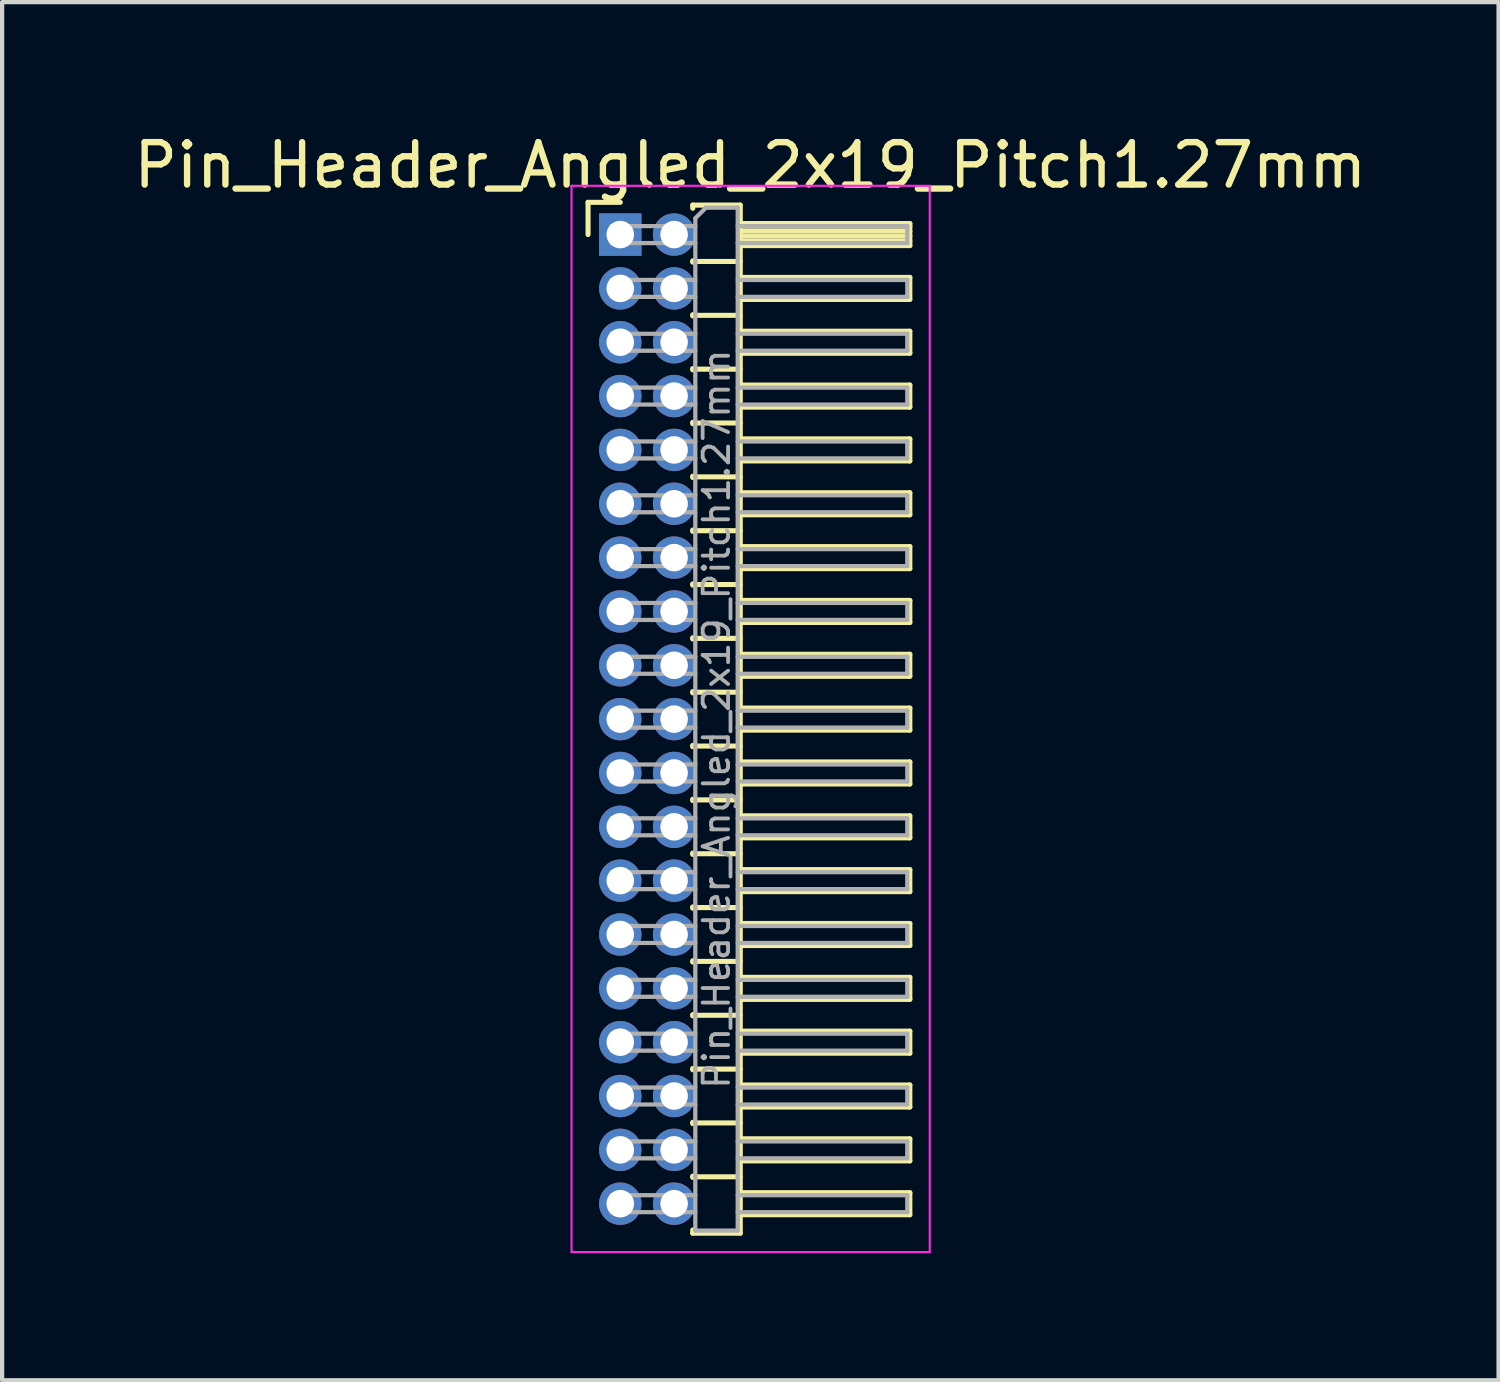
<source format=kicad_pcb>
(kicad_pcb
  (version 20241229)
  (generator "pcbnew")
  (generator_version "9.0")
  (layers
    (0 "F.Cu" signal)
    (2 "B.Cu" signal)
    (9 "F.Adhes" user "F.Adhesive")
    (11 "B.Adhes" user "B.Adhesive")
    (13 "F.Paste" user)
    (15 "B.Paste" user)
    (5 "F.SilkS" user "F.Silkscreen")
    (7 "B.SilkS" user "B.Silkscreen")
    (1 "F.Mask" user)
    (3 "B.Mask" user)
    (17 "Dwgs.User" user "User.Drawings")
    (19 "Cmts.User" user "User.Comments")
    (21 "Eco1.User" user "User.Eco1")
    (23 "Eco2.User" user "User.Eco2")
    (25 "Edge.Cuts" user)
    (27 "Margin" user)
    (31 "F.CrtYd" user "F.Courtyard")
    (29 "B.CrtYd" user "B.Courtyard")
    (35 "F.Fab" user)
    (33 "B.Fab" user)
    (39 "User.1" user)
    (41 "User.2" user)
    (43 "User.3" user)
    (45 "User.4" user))
  (footprint "Pin_Header_Angled_2x19_Pitch1.27mm"
    (layer "F.Cu")
    (at 11.581 2.483)
    (property "Reference" "Pin_Header_Angled_2x19_Pitch1.27mm" (at 3.067 -1.635 0) (layer "F.SilkS") (effects (font (size 1 1) (thickness 0.15))))
    (attr through_hole)
    (fp_line (start -0.76 -0.76) (end 0 -0.76) (stroke (width 0.12) (type solid)) (layer "F.SilkS"))
    (fp_line (start -0.76 0) (end -0.76 -0.76) (stroke (width 0.12) (type solid)) (layer "F.SilkS"))
    (fp_line (start 1.71 -0.695) (end 2.83 -0.695) (stroke (width 0.12) (type solid)) (layer "F.SilkS"))
    (fp_line (start 1.71 -0.62) (end 1.71 -0.695) (stroke (width 0.12) (type solid)) (layer "F.SilkS"))
    (fp_line (start 1.71 0.62) (end 1.71 0.65) (stroke (width 0.12) (type solid)) (layer "F.SilkS"))
    (fp_line (start 1.71 0.635) (end 2.83 0.635) (stroke (width 0.12) (type solid)) (layer "F.SilkS"))
    (fp_line (start 1.71 1.89) (end 1.71 1.92) (stroke (width 0.12) (type solid)) (layer "F.SilkS"))
    (fp_line (start 1.71 1.905) (end 2.83 1.905) (stroke (width 0.12) (type solid)) (layer "F.SilkS"))
    (fp_line (start 1.71 3.16) (end 1.71 3.19) (stroke (width 0.12) (type solid)) (layer "F.SilkS"))
    (fp_line (start 1.71 3.175) (end 2.83 3.175) (stroke (width 0.12) (type solid)) (layer "F.SilkS"))
    (fp_line (start 1.71 4.43) (end 1.71 4.46) (stroke (width 0.12) (type solid)) (layer "F.SilkS"))
    (fp_line (start 1.71 4.445) (end 2.83 4.445) (stroke (width 0.12) (type solid)) (layer "F.SilkS"))
    (fp_line (start 1.71 5.7) (end 1.71 5.73) (stroke (width 0.12) (type solid)) (layer "F.SilkS"))
    (fp_line (start 1.71 5.715) (end 2.83 5.715) (stroke (width 0.12) (type solid)) (layer "F.SilkS"))
    (fp_line (start 1.71 6.97) (end 1.71 7) (stroke (width 0.12) (type solid)) (layer "F.SilkS"))
    (fp_line (start 1.71 6.985) (end 2.83 6.985) (stroke (width 0.12) (type solid)) (layer "F.SilkS"))
    (fp_line (start 1.71 8.24) (end 1.71 8.27) (stroke (width 0.12) (type solid)) (layer "F.SilkS"))
    (fp_line (start 1.71 8.255) (end 2.83 8.255) (stroke (width 0.12) (type solid)) (layer "F.SilkS"))
    (fp_line (start 1.71 9.51) (end 1.71 9.54) (stroke (width 0.12) (type solid)) (layer "F.SilkS"))
    (fp_line (start 1.71 9.525) (end 2.83 9.525) (stroke (width 0.12) (type solid)) (layer "F.SilkS"))
    (fp_line (start 1.71 10.78) (end 1.71 10.81) (stroke (width 0.12) (type solid)) (layer "F.SilkS"))
    (fp_line (start 1.71 10.795) (end 2.83 10.795) (stroke (width 0.12) (type solid)) (layer "F.SilkS"))
    (fp_line (start 1.71 12.05) (end 1.71 12.08) (stroke (width 0.12) (type solid)) (layer "F.SilkS"))
    (fp_line (start 1.71 12.065) (end 2.83 12.065) (stroke (width 0.12) (type solid)) (layer "F.SilkS"))
    (fp_line (start 1.71 13.32) (end 1.71 13.35) (stroke (width 0.12) (type solid)) (layer "F.SilkS"))
    (fp_line (start 1.71 13.335) (end 2.83 13.335) (stroke (width 0.12) (type solid)) (layer "F.SilkS"))
    (fp_line (start 1.71 14.59) (end 1.71 14.62) (stroke (width 0.12) (type solid)) (layer "F.SilkS"))
    (fp_line (start 1.71 14.605) (end 2.83 14.605) (stroke (width 0.12) (type solid)) (layer "F.SilkS"))
    (fp_line (start 1.71 15.86) (end 1.71 15.89) (stroke (width 0.12) (type solid)) (layer "F.SilkS"))
    (fp_line (start 1.71 15.875) (end 2.83 15.875) (stroke (width 0.12) (type solid)) (layer "F.SilkS"))
    (fp_line (start 1.71 17.13) (end 1.71 17.16) (stroke (width 0.12) (type solid)) (layer "F.SilkS"))
    (fp_line (start 1.71 17.145) (end 2.83 17.145) (stroke (width 0.12) (type solid)) (layer "F.SilkS"))
    (fp_line (start 1.71 18.4) (end 1.71 18.43) (stroke (width 0.12) (type solid)) (layer "F.SilkS"))
    (fp_line (start 1.71 18.415) (end 2.83 18.415) (stroke (width 0.12) (type solid)) (layer "F.SilkS"))
    (fp_line (start 1.71 19.67) (end 1.71 19.7) (stroke (width 0.12) (type solid)) (layer "F.SilkS"))
    (fp_line (start 1.71 19.685) (end 2.83 19.685) (stroke (width 0.12) (type solid)) (layer "F.SilkS"))
    (fp_line (start 1.71 20.94) (end 1.71 20.97) (stroke (width 0.12) (type solid)) (layer "F.SilkS"))
    (fp_line (start 1.71 20.955) (end 2.83 20.955) (stroke (width 0.12) (type solid)) (layer "F.SilkS"))
    (fp_line (start 1.71 22.21) (end 1.71 22.24) (stroke (width 0.12) (type solid)) (layer "F.SilkS"))
    (fp_line (start 1.71 22.225) (end 2.83 22.225) (stroke (width 0.12) (type solid)) (layer "F.SilkS"))
    (fp_line (start 1.71 23.555) (end 1.71 23.48) (stroke (width 0.12) (type solid)) (layer "F.SilkS"))
    (fp_line (start 2.83 -0.695) (end 2.83 23.555) (stroke (width 0.12) (type solid)) (layer "F.SilkS"))
    (fp_line (start 2.83 -0.26) (end 6.83 -0.26) (stroke (width 0.12) (type solid)) (layer "F.SilkS"))
    (fp_line (start 2.83 -0.2) (end 6.83 -0.2) (stroke (width 0.12) (type solid)) (layer "F.SilkS"))
    (fp_line (start 2.83 -0.08) (end 6.83 -0.08) (stroke (width 0.12) (type solid)) (layer "F.SilkS"))
    (fp_line (start 2.83 0.04) (end 6.83 0.04) (stroke (width 0.12) (type solid)) (layer "F.SilkS"))
    (fp_line (start 2.83 0.16) (end 6.83 0.16) (stroke (width 0.12) (type solid)) (layer "F.SilkS"))
    (fp_line (start 2.83 1.01) (end 6.83 1.01) (stroke (width 0.12) (type solid)) (layer "F.SilkS"))
    (fp_line (start 2.83 2.28) (end 6.83 2.28) (stroke (width 0.12) (type solid)) (layer "F.SilkS"))
    (fp_line (start 2.83 3.55) (end 6.83 3.55) (stroke (width 0.12) (type solid)) (layer "F.SilkS"))
    (fp_line (start 2.83 4.82) (end 6.83 4.82) (stroke (width 0.12) (type solid)) (layer "F.SilkS"))
    (fp_line (start 2.83 6.09) (end 6.83 6.09) (stroke (width 0.12) (type solid)) (layer "F.SilkS"))
    (fp_line (start 2.83 7.36) (end 6.83 7.36) (stroke (width 0.12) (type solid)) (layer "F.SilkS"))
    (fp_line (start 2.83 8.63) (end 6.83 8.63) (stroke (width 0.12) (type solid)) (layer "F.SilkS"))
    (fp_line (start 2.83 9.9) (end 6.83 9.9) (stroke (width 0.12) (type solid)) (layer "F.SilkS"))
    (fp_line (start 2.83 11.17) (end 6.83 11.17) (stroke (width 0.12) (type solid)) (layer "F.SilkS"))
    (fp_line (start 2.83 12.44) (end 6.83 12.44) (stroke (width 0.12) (type solid)) (layer "F.SilkS"))
    (fp_line (start 2.83 13.71) (end 6.83 13.71) (stroke (width 0.12) (type solid)) (layer "F.SilkS"))
    (fp_line (start 2.83 14.98) (end 6.83 14.98) (stroke (width 0.12) (type solid)) (layer "F.SilkS"))
    (fp_line (start 2.83 16.25) (end 6.83 16.25) (stroke (width 0.12) (type solid)) (layer "F.SilkS"))
    (fp_line (start 2.83 17.52) (end 6.83 17.52) (stroke (width 0.12) (type solid)) (layer "F.SilkS"))
    (fp_line (start 2.83 18.79) (end 6.83 18.79) (stroke (width 0.12) (type solid)) (layer "F.SilkS"))
    (fp_line (start 2.83 20.06) (end 6.83 20.06) (stroke (width 0.12) (type solid)) (layer "F.SilkS"))
    (fp_line (start 2.83 21.33) (end 6.83 21.33) (stroke (width 0.12) (type solid)) (layer "F.SilkS"))
    (fp_line (start 2.83 22.6) (end 6.83 22.6) (stroke (width 0.12) (type solid)) (layer "F.SilkS"))
    (fp_line (start 2.83 23.555) (end 1.71 23.555) (stroke (width 0.12) (type solid)) (layer "F.SilkS"))
    (fp_line (start 6.83 -0.26) (end 6.83 0.26) (stroke (width 0.12) (type solid)) (layer "F.SilkS"))
    (fp_line (start 6.83 0.26) (end 2.83 0.26) (stroke (width 0.12) (type solid)) (layer "F.SilkS"))
    (fp_line (start 6.83 1.01) (end 6.83 1.53) (stroke (width 0.12) (type solid)) (layer "F.SilkS"))
    (fp_line (start 6.83 1.53) (end 2.83 1.53) (stroke (width 0.12) (type solid)) (layer "F.SilkS"))
    (fp_line (start 6.83 2.28) (end 6.83 2.8) (stroke (width 0.12) (type solid)) (layer "F.SilkS"))
    (fp_line (start 6.83 2.8) (end 2.83 2.8) (stroke (width 0.12) (type solid)) (layer "F.SilkS"))
    (fp_line (start 6.83 3.55) (end 6.83 4.07) (stroke (width 0.12) (type solid)) (layer "F.SilkS"))
    (fp_line (start 6.83 4.07) (end 2.83 4.07) (stroke (width 0.12) (type solid)) (layer "F.SilkS"))
    (fp_line (start 6.83 4.82) (end 6.83 5.34) (stroke (width 0.12) (type solid)) (layer "F.SilkS"))
    (fp_line (start 6.83 5.34) (end 2.83 5.34) (stroke (width 0.12) (type solid)) (layer "F.SilkS"))
    (fp_line (start 6.83 6.09) (end 6.83 6.61) (stroke (width 0.12) (type solid)) (layer "F.SilkS"))
    (fp_line (start 6.83 6.61) (end 2.83 6.61) (stroke (width 0.12) (type solid)) (layer "F.SilkS"))
    (fp_line (start 6.83 7.36) (end 6.83 7.88) (stroke (width 0.12) (type solid)) (layer "F.SilkS"))
    (fp_line (start 6.83 7.88) (end 2.83 7.88) (stroke (width 0.12) (type solid)) (layer "F.SilkS"))
    (fp_line (start 6.83 8.63) (end 6.83 9.15) (stroke (width 0.12) (type solid)) (layer "F.SilkS"))
    (fp_line (start 6.83 9.15) (end 2.83 9.15) (stroke (width 0.12) (type solid)) (layer "F.SilkS"))
    (fp_line (start 6.83 9.9) (end 6.83 10.42) (stroke (width 0.12) (type solid)) (layer "F.SilkS"))
    (fp_line (start 6.83 10.42) (end 2.83 10.42) (stroke (width 0.12) (type solid)) (layer "F.SilkS"))
    (fp_line (start 6.83 11.17) (end 6.83 11.69) (stroke (width 0.12) (type solid)) (layer "F.SilkS"))
    (fp_line (start 6.83 11.69) (end 2.83 11.69) (stroke (width 0.12) (type solid)) (layer "F.SilkS"))
    (fp_line (start 6.83 12.44) (end 6.83 12.96) (stroke (width 0.12) (type solid)) (layer "F.SilkS"))
    (fp_line (start 6.83 12.96) (end 2.83 12.96) (stroke (width 0.12) (type solid)) (layer "F.SilkS"))
    (fp_line (start 6.83 13.71) (end 6.83 14.23) (stroke (width 0.12) (type solid)) (layer "F.SilkS"))
    (fp_line (start 6.83 14.23) (end 2.83 14.23) (stroke (width 0.12) (type solid)) (layer "F.SilkS"))
    (fp_line (start 6.83 14.98) (end 6.83 15.5) (stroke (width 0.12) (type solid)) (layer "F.SilkS"))
    (fp_line (start 6.83 15.5) (end 2.83 15.5) (stroke (width 0.12) (type solid)) (layer "F.SilkS"))
    (fp_line (start 6.83 16.25) (end 6.83 16.77) (stroke (width 0.12) (type solid)) (layer "F.SilkS"))
    (fp_line (start 6.83 16.77) (end 2.83 16.77) (stroke (width 0.12) (type solid)) (layer "F.SilkS"))
    (fp_line (start 6.83 17.52) (end 6.83 18.04) (stroke (width 0.12) (type solid)) (layer "F.SilkS"))
    (fp_line (start 6.83 18.04) (end 2.83 18.04) (stroke (width 0.12) (type solid)) (layer "F.SilkS"))
    (fp_line (start 6.83 18.79) (end 6.83 19.31) (stroke (width 0.12) (type solid)) (layer "F.SilkS"))
    (fp_line (start 6.83 19.31) (end 2.83 19.31) (stroke (width 0.12) (type solid)) (layer "F.SilkS"))
    (fp_line (start 6.83 20.06) (end 6.83 20.58) (stroke (width 0.12) (type solid)) (layer "F.SilkS"))
    (fp_line (start 6.83 20.58) (end 2.83 20.58) (stroke (width 0.12) (type solid)) (layer "F.SilkS"))
    (fp_line (start 6.83 21.33) (end 6.83 21.85) (stroke (width 0.12) (type solid)) (layer "F.SilkS"))
    (fp_line (start 6.83 21.85) (end 2.83 21.85) (stroke (width 0.12) (type solid)) (layer "F.SilkS"))
    (fp_line (start 6.83 22.6) (end 6.83 23.12) (stroke (width 0.12) (type solid)) (layer "F.SilkS"))
    (fp_line (start 6.83 23.12) (end 2.83 23.12) (stroke (width 0.12) (type solid)) (layer "F.SilkS"))
    (fp_line (start -1.15 -1.15) (end -1.15 24) (stroke (width 0.05) (type solid)) (layer "F.CrtYd"))
    (fp_line (start -1.15 24) (end 7.3 24) (stroke (width 0.05) (type solid)) (layer "F.CrtYd"))
    (fp_line (start 7.3 -1.15) (end -1.15 -1.15) (stroke (width 0.05) (type solid)) (layer "F.CrtYd"))
    (fp_line (start 7.3 24) (end 7.3 -1.15) (stroke (width 0.05) (type solid)) (layer "F.CrtYd"))
    (fp_line (start -0.2 -0.2) (end -0.2 0.2) (stroke (width 0.1) (type solid)) (layer "F.Fab"))
    (fp_line (start -0.2 -0.2) (end 1.77 -0.2) (stroke (width 0.1) (type solid)) (layer "F.Fab"))
    (fp_line (start -0.2 0.2) (end 1.77 0.2) (stroke (width 0.1) (type solid)) (layer "F.Fab"))
    (fp_line (start -0.2 1.07) (end -0.2 1.47) (stroke (width 0.1) (type solid)) (layer "F.Fab"))
    (fp_line (start -0.2 1.07) (end 1.77 1.07) (stroke (width 0.1) (type solid)) (layer "F.Fab"))
    (fp_line (start -0.2 1.47) (end 1.77 1.47) (stroke (width 0.1) (type solid)) (layer "F.Fab"))
    (fp_line (start -0.2 2.34) (end -0.2 2.74) (stroke (width 0.1) (type solid)) (layer "F.Fab"))
    (fp_line (start -0.2 2.34) (end 1.77 2.34) (stroke (width 0.1) (type solid)) (layer "F.Fab"))
    (fp_line (start -0.2 2.74) (end 1.77 2.74) (stroke (width 0.1) (type solid)) (layer "F.Fab"))
    (fp_line (start -0.2 3.61) (end -0.2 4.01) (stroke (width 0.1) (type solid)) (layer "F.Fab"))
    (fp_line (start -0.2 3.61) (end 1.77 3.61) (stroke (width 0.1) (type solid)) (layer "F.Fab"))
    (fp_line (start -0.2 4.01) (end 1.77 4.01) (stroke (width 0.1) (type solid)) (layer "F.Fab"))
    (fp_line (start -0.2 4.88) (end -0.2 5.28) (stroke (width 0.1) (type solid)) (layer "F.Fab"))
    (fp_line (start -0.2 4.88) (end 1.77 4.88) (stroke (width 0.1) (type solid)) (layer "F.Fab"))
    (fp_line (start -0.2 5.28) (end 1.77 5.28) (stroke (width 0.1) (type solid)) (layer "F.Fab"))
    (fp_line (start -0.2 6.15) (end -0.2 6.55) (stroke (width 0.1) (type solid)) (layer "F.Fab"))
    (fp_line (start -0.2 6.15) (end 1.77 6.15) (stroke (width 0.1) (type solid)) (layer "F.Fab"))
    (fp_line (start -0.2 6.55) (end 1.77 6.55) (stroke (width 0.1) (type solid)) (layer "F.Fab"))
    (fp_line (start -0.2 7.42) (end -0.2 7.82) (stroke (width 0.1) (type solid)) (layer "F.Fab"))
    (fp_line (start -0.2 7.42) (end 1.77 7.42) (stroke (width 0.1) (type solid)) (layer "F.Fab"))
    (fp_line (start -0.2 7.82) (end 1.77 7.82) (stroke (width 0.1) (type solid)) (layer "F.Fab"))
    (fp_line (start -0.2 8.69) (end -0.2 9.09) (stroke (width 0.1) (type solid)) (layer "F.Fab"))
    (fp_line (start -0.2 8.69) (end 1.77 8.69) (stroke (width 0.1) (type solid)) (layer "F.Fab"))
    (fp_line (start -0.2 9.09) (end 1.77 9.09) (stroke (width 0.1) (type solid)) (layer "F.Fab"))
    (fp_line (start -0.2 9.96) (end -0.2 10.36) (stroke (width 0.1) (type solid)) (layer "F.Fab"))
    (fp_line (start -0.2 9.96) (end 1.77 9.96) (stroke (width 0.1) (type solid)) (layer "F.Fab"))
    (fp_line (start -0.2 10.36) (end 1.77 10.36) (stroke (width 0.1) (type solid)) (layer "F.Fab"))
    (fp_line (start -0.2 11.23) (end -0.2 11.63) (stroke (width 0.1) (type solid)) (layer "F.Fab"))
    (fp_line (start -0.2 11.23) (end 1.77 11.23) (stroke (width 0.1) (type solid)) (layer "F.Fab"))
    (fp_line (start -0.2 11.63) (end 1.77 11.63) (stroke (width 0.1) (type solid)) (layer "F.Fab"))
    (fp_line (start -0.2 12.5) (end -0.2 12.9) (stroke (width 0.1) (type solid)) (layer "F.Fab"))
    (fp_line (start -0.2 12.5) (end 1.77 12.5) (stroke (width 0.1) (type solid)) (layer "F.Fab"))
    (fp_line (start -0.2 12.9) (end 1.77 12.9) (stroke (width 0.1) (type solid)) (layer "F.Fab"))
    (fp_line (start -0.2 13.77) (end -0.2 14.17) (stroke (width 0.1) (type solid)) (layer "F.Fab"))
    (fp_line (start -0.2 13.77) (end 1.77 13.77) (stroke (width 0.1) (type solid)) (layer "F.Fab"))
    (fp_line (start -0.2 14.17) (end 1.77 14.17) (stroke (width 0.1) (type solid)) (layer "F.Fab"))
    (fp_line (start -0.2 15.04) (end -0.2 15.44) (stroke (width 0.1) (type solid)) (layer "F.Fab"))
    (fp_line (start -0.2 15.04) (end 1.77 15.04) (stroke (width 0.1) (type solid)) (layer "F.Fab"))
    (fp_line (start -0.2 15.44) (end 1.77 15.44) (stroke (width 0.1) (type solid)) (layer "F.Fab"))
    (fp_line (start -0.2 16.31) (end -0.2 16.71) (stroke (width 0.1) (type solid)) (layer "F.Fab"))
    (fp_line (start -0.2 16.31) (end 1.77 16.31) (stroke (width 0.1) (type solid)) (layer "F.Fab"))
    (fp_line (start -0.2 16.71) (end 1.77 16.71) (stroke (width 0.1) (type solid)) (layer "F.Fab"))
    (fp_line (start -0.2 17.58) (end -0.2 17.98) (stroke (width 0.1) (type solid)) (layer "F.Fab"))
    (fp_line (start -0.2 17.58) (end 1.77 17.58) (stroke (width 0.1) (type solid)) (layer "F.Fab"))
    (fp_line (start -0.2 17.98) (end 1.77 17.98) (stroke (width 0.1) (type solid)) (layer "F.Fab"))
    (fp_line (start -0.2 18.85) (end -0.2 19.25) (stroke (width 0.1) (type solid)) (layer "F.Fab"))
    (fp_line (start -0.2 18.85) (end 1.77 18.85) (stroke (width 0.1) (type solid)) (layer "F.Fab"))
    (fp_line (start -0.2 19.25) (end 1.77 19.25) (stroke (width 0.1) (type solid)) (layer "F.Fab"))
    (fp_line (start -0.2 20.12) (end -0.2 20.52) (stroke (width 0.1) (type solid)) (layer "F.Fab"))
    (fp_line (start -0.2 20.12) (end 1.77 20.12) (stroke (width 0.1) (type solid)) (layer "F.Fab"))
    (fp_line (start -0.2 20.52) (end 1.77 20.52) (stroke (width 0.1) (type solid)) (layer "F.Fab"))
    (fp_line (start -0.2 21.39) (end -0.2 21.79) (stroke (width 0.1) (type solid)) (layer "F.Fab"))
    (fp_line (start -0.2 21.39) (end 1.77 21.39) (stroke (width 0.1) (type solid)) (layer "F.Fab"))
    (fp_line (start -0.2 21.79) (end 1.77 21.79) (stroke (width 0.1) (type solid)) (layer "F.Fab"))
    (fp_line (start -0.2 22.66) (end -0.2 23.06) (stroke (width 0.1) (type solid)) (layer "F.Fab"))
    (fp_line (start -0.2 22.66) (end 1.77 22.66) (stroke (width 0.1) (type solid)) (layer "F.Fab"))
    (fp_line (start -0.2 23.06) (end 1.77 23.06) (stroke (width 0.1) (type solid)) (layer "F.Fab"))
    (fp_line (start 1.77 -0.385) (end 2.02 -0.635) (stroke (width 0.1) (type solid)) (layer "F.Fab"))
    (fp_line (start 1.77 23.495) (end 1.77 -0.385) (stroke (width 0.1) (type solid)) (layer "F.Fab"))
    (fp_line (start 2.02 -0.635) (end 2.77 -0.635) (stroke (width 0.1) (type solid)) (layer "F.Fab"))
    (fp_line (start 2.77 -0.635) (end 2.77 23.495) (stroke (width 0.1) (type solid)) (layer "F.Fab"))
    (fp_line (start 2.77 -0.2) (end 6.77 -0.2) (stroke (width 0.1) (type solid)) (layer "F.Fab"))
    (fp_line (start 2.77 0.2) (end 6.77 0.2) (stroke (width 0.1) (type solid)) (layer "F.Fab"))
    (fp_line (start 2.77 1.07) (end 6.77 1.07) (stroke (width 0.1) (type solid)) (layer "F.Fab"))
    (fp_line (start 2.77 1.47) (end 6.77 1.47) (stroke (width 0.1) (type solid)) (layer "F.Fab"))
    (fp_line (start 2.77 2.34) (end 6.77 2.34) (stroke (width 0.1) (type solid)) (layer "F.Fab"))
    (fp_line (start 2.77 2.74) (end 6.77 2.74) (stroke (width 0.1) (type solid)) (layer "F.Fab"))
    (fp_line (start 2.77 3.61) (end 6.77 3.61) (stroke (width 0.1) (type solid)) (layer "F.Fab"))
    (fp_line (start 2.77 4.01) (end 6.77 4.01) (stroke (width 0.1) (type solid)) (layer "F.Fab"))
    (fp_line (start 2.77 4.88) (end 6.77 4.88) (stroke (width 0.1) (type solid)) (layer "F.Fab"))
    (fp_line (start 2.77 5.28) (end 6.77 5.28) (stroke (width 0.1) (type solid)) (layer "F.Fab"))
    (fp_line (start 2.77 6.15) (end 6.77 6.15) (stroke (width 0.1) (type solid)) (layer "F.Fab"))
    (fp_line (start 2.77 6.55) (end 6.77 6.55) (stroke (width 0.1) (type solid)) (layer "F.Fab"))
    (fp_line (start 2.77 7.42) (end 6.77 7.42) (stroke (width 0.1) (type solid)) (layer "F.Fab"))
    (fp_line (start 2.77 7.82) (end 6.77 7.82) (stroke (width 0.1) (type solid)) (layer "F.Fab"))
    (fp_line (start 2.77 8.69) (end 6.77 8.69) (stroke (width 0.1) (type solid)) (layer "F.Fab"))
    (fp_line (start 2.77 9.09) (end 6.77 9.09) (stroke (width 0.1) (type solid)) (layer "F.Fab"))
    (fp_line (start 2.77 9.96) (end 6.77 9.96) (stroke (width 0.1) (type solid)) (layer "F.Fab"))
    (fp_line (start 2.77 10.36) (end 6.77 10.36) (stroke (width 0.1) (type solid)) (layer "F.Fab"))
    (fp_line (start 2.77 11.23) (end 6.77 11.23) (stroke (width 0.1) (type solid)) (layer "F.Fab"))
    (fp_line (start 2.77 11.63) (end 6.77 11.63) (stroke (width 0.1) (type solid)) (layer "F.Fab"))
    (fp_line (start 2.77 12.5) (end 6.77 12.5) (stroke (width 0.1) (type solid)) (layer "F.Fab"))
    (fp_line (start 2.77 12.9) (end 6.77 12.9) (stroke (width 0.1) (type solid)) (layer "F.Fab"))
    (fp_line (start 2.77 13.77) (end 6.77 13.77) (stroke (width 0.1) (type solid)) (layer "F.Fab"))
    (fp_line (start 2.77 14.17) (end 6.77 14.17) (stroke (width 0.1) (type solid)) (layer "F.Fab"))
    (fp_line (start 2.77 15.04) (end 6.77 15.04) (stroke (width 0.1) (type solid)) (layer "F.Fab"))
    (fp_line (start 2.77 15.44) (end 6.77 15.44) (stroke (width 0.1) (type solid)) (layer "F.Fab"))
    (fp_line (start 2.77 16.31) (end 6.77 16.31) (stroke (width 0.1) (type solid)) (layer "F.Fab"))
    (fp_line (start 2.77 16.71) (end 6.77 16.71) (stroke (width 0.1) (type solid)) (layer "F.Fab"))
    (fp_line (start 2.77 17.58) (end 6.77 17.58) (stroke (width 0.1) (type solid)) (layer "F.Fab"))
    (fp_line (start 2.77 17.98) (end 6.77 17.98) (stroke (width 0.1) (type solid)) (layer "F.Fab"))
    (fp_line (start 2.77 18.85) (end 6.77 18.85) (stroke (width 0.1) (type solid)) (layer "F.Fab"))
    (fp_line (start 2.77 19.25) (end 6.77 19.25) (stroke (width 0.1) (type solid)) (layer "F.Fab"))
    (fp_line (start 2.77 20.12) (end 6.77 20.12) (stroke (width 0.1) (type solid)) (layer "F.Fab"))
    (fp_line (start 2.77 20.52) (end 6.77 20.52) (stroke (width 0.1) (type solid)) (layer "F.Fab"))
    (fp_line (start 2.77 21.39) (end 6.77 21.39) (stroke (width 0.1) (type solid)) (layer "F.Fab"))
    (fp_line (start 2.77 21.79) (end 6.77 21.79) (stroke (width 0.1) (type solid)) (layer "F.Fab"))
    (fp_line (start 2.77 22.66) (end 6.77 22.66) (stroke (width 0.1) (type solid)) (layer "F.Fab"))
    (fp_line (start 2.77 23.06) (end 6.77 23.06) (stroke (width 0.1) (type solid)) (layer "F.Fab"))
    (fp_line (start 2.77 23.495) (end 1.77 23.495) (stroke (width 0.1) (type solid)) (layer "F.Fab"))
    (fp_line (start 6.77 -0.2) (end 6.77 0.2) (stroke (width 0.1) (type solid)) (layer "F.Fab"))
    (fp_line (start 6.77 1.07) (end 6.77 1.47) (stroke (width 0.1) (type solid)) (layer "F.Fab"))
    (fp_line (start 6.77 2.34) (end 6.77 2.74) (stroke (width 0.1) (type solid)) (layer "F.Fab"))
    (fp_line (start 6.77 3.61) (end 6.77 4.01) (stroke (width 0.1) (type solid)) (layer "F.Fab"))
    (fp_line (start 6.77 4.88) (end 6.77 5.28) (stroke (width 0.1) (type solid)) (layer "F.Fab"))
    (fp_line (start 6.77 6.15) (end 6.77 6.55) (stroke (width 0.1) (type solid)) (layer "F.Fab"))
    (fp_line (start 6.77 7.42) (end 6.77 7.82) (stroke (width 0.1) (type solid)) (layer "F.Fab"))
    (fp_line (start 6.77 8.69) (end 6.77 9.09) (stroke (width 0.1) (type solid)) (layer "F.Fab"))
    (fp_line (start 6.77 9.96) (end 6.77 10.36) (stroke (width 0.1) (type solid)) (layer "F.Fab"))
    (fp_line (start 6.77 11.23) (end 6.77 11.63) (stroke (width 0.1) (type solid)) (layer "F.Fab"))
    (fp_line (start 6.77 12.5) (end 6.77 12.9) (stroke (width 0.1) (type solid)) (layer "F.Fab"))
    (fp_line (start 6.77 13.77) (end 6.77 14.17) (stroke (width 0.1) (type solid)) (layer "F.Fab"))
    (fp_line (start 6.77 15.04) (end 6.77 15.44) (stroke (width 0.1) (type solid)) (layer "F.Fab"))
    (fp_line (start 6.77 16.31) (end 6.77 16.71) (stroke (width 0.1) (type solid)) (layer "F.Fab"))
    (fp_line (start 6.77 17.58) (end 6.77 17.98) (stroke (width 0.1) (type solid)) (layer "F.Fab"))
    (fp_line (start 6.77 18.85) (end 6.77 19.25) (stroke (width 0.1) (type solid)) (layer "F.Fab"))
    (fp_line (start 6.77 20.12) (end 6.77 20.52) (stroke (width 0.1) (type solid)) (layer "F.Fab"))
    (fp_line (start 6.77 21.39) (end 6.77 21.79) (stroke (width 0.1) (type solid)) (layer "F.Fab"))
    (fp_line (start 6.77 22.66) (end 6.77 23.06) (stroke (width 0.1) (type solid)) (layer "F.Fab"))
    (fp_text user "${REFERENCE}" (at 2.27 11.43 90) (layer "F.Fab") (effects (font (size 0.6 0.6) (thickness 0.09))))
    (pad "1" thru_hole rect (at 0 0) (size 1 1) (drill 0.65) (layers "*.Cu" "*.Mask"))
    (pad "2" thru_hole oval (at 1.27 0) (size 1 1) (drill 0.65) (layers "*.Cu" "*.Mask"))
    (pad "3" thru_hole oval (at 0 1.27) (size 1 1) (drill 0.65) (layers "*.Cu" "*.Mask"))
    (pad "4" thru_hole oval (at 1.27 1.27) (size 1 1) (drill 0.65) (layers "*.Cu" "*.Mask"))
    (pad "5" thru_hole oval (at 0 2.54) (size 1 1) (drill 0.65) (layers "*.Cu" "*.Mask"))
    (pad "6" thru_hole oval (at 1.27 2.54) (size 1 1) (drill 0.65) (layers "*.Cu" "*.Mask"))
    (pad "7" thru_hole oval (at 0 3.81) (size 1 1) (drill 0.65) (layers "*.Cu" "*.Mask"))
    (pad "8" thru_hole oval (at 1.27 3.81) (size 1 1) (drill 0.65) (layers "*.Cu" "*.Mask"))
    (pad "9" thru_hole oval (at 0 5.08) (size 1 1) (drill 0.65) (layers "*.Cu" "*.Mask"))
    (pad "10" thru_hole oval (at 1.27 5.08) (size 1 1) (drill 0.65) (layers "*.Cu" "*.Mask"))
    (pad "11" thru_hole oval (at 0 6.35) (size 1 1) (drill 0.65) (layers "*.Cu" "*.Mask"))
    (pad "12" thru_hole oval (at 1.27 6.35) (size 1 1) (drill 0.65) (layers "*.Cu" "*.Mask"))
    (pad "13" thru_hole oval (at 0 7.62) (size 1 1) (drill 0.65) (layers "*.Cu" "*.Mask"))
    (pad "14" thru_hole oval (at 1.27 7.62) (size 1 1) (drill 0.65) (layers "*.Cu" "*.Mask"))
    (pad "15" thru_hole oval (at 0 8.89) (size 1 1) (drill 0.65) (layers "*.Cu" "*.Mask"))
    (pad "16" thru_hole oval (at 1.27 8.89) (size 1 1) (drill 0.65) (layers "*.Cu" "*.Mask"))
    (pad "17" thru_hole oval (at 0 10.16) (size 1 1) (drill 0.65) (layers "*.Cu" "*.Mask"))
    (pad "18" thru_hole oval (at 1.27 10.16) (size 1 1) (drill 0.65) (layers "*.Cu" "*.Mask"))
    (pad "19" thru_hole oval (at 0 11.43) (size 1 1) (drill 0.65) (layers "*.Cu" "*.Mask"))
    (pad "20" thru_hole oval (at 1.27 11.43) (size 1 1) (drill 0.65) (layers "*.Cu" "*.Mask"))
    (pad "21" thru_hole oval (at 0 12.7) (size 1 1) (drill 0.65) (layers "*.Cu" "*.Mask"))
    (pad "22" thru_hole oval (at 1.27 12.7) (size 1 1) (drill 0.65) (layers "*.Cu" "*.Mask"))
    (pad "23" thru_hole oval (at 0 13.97) (size 1 1) (drill 0.65) (layers "*.Cu" "*.Mask"))
    (pad "24" thru_hole oval (at 1.27 13.97) (size 1 1) (drill 0.65) (layers "*.Cu" "*.Mask"))
    (pad "25" thru_hole oval (at 0 15.24) (size 1 1) (drill 0.65) (layers "*.Cu" "*.Mask"))
    (pad "26" thru_hole oval (at 1.27 15.24) (size 1 1) (drill 0.65) (layers "*.Cu" "*.Mask"))
    (pad "27" thru_hole oval (at 0 16.51) (size 1 1) (drill 0.65) (layers "*.Cu" "*.Mask"))
    (pad "28" thru_hole oval (at 1.27 16.51) (size 1 1) (drill 0.65) (layers "*.Cu" "*.Mask"))
    (pad "29" thru_hole oval (at 0 17.78) (size 1 1) (drill 0.65) (layers "*.Cu" "*.Mask"))
    (pad "30" thru_hole oval (at 1.27 17.78) (size 1 1) (drill 0.65) (layers "*.Cu" "*.Mask"))
    (pad "31" thru_hole oval (at 0 19.05) (size 1 1) (drill 0.65) (layers "*.Cu" "*.Mask"))
    (pad "32" thru_hole oval (at 1.27 19.05) (size 1 1) (drill 0.65) (layers "*.Cu" "*.Mask"))
    (pad "33" thru_hole oval (at 0 20.32) (size 1 1) (drill 0.65) (layers "*.Cu" "*.Mask"))
    (pad "34" thru_hole oval (at 1.27 20.32) (size 1 1) (drill 0.65) (layers "*.Cu" "*.Mask"))
    (pad "35" thru_hole oval (at 0 21.59) (size 1 1) (drill 0.65) (layers "*.Cu" "*.Mask"))
    (pad "36" thru_hole oval (at 1.27 21.59) (size 1 1) (drill 0.65) (layers "*.Cu" "*.Mask"))
    (pad "37" thru_hole oval (at 0 22.86) (size 1 1) (drill 0.65) (layers "*.Cu" "*.Mask"))
    (pad "38" thru_hole oval (at 1.27 22.86) (size 1 1) (drill 0.65) (layers "*.Cu" "*.Mask")))
  (gr_rect
    (start -3 -3)
    (end 32.298 29.508)
    (stroke (width 0.1) (type default))
    (fill no)
    (layer "Edge.Cuts")))
</source>
